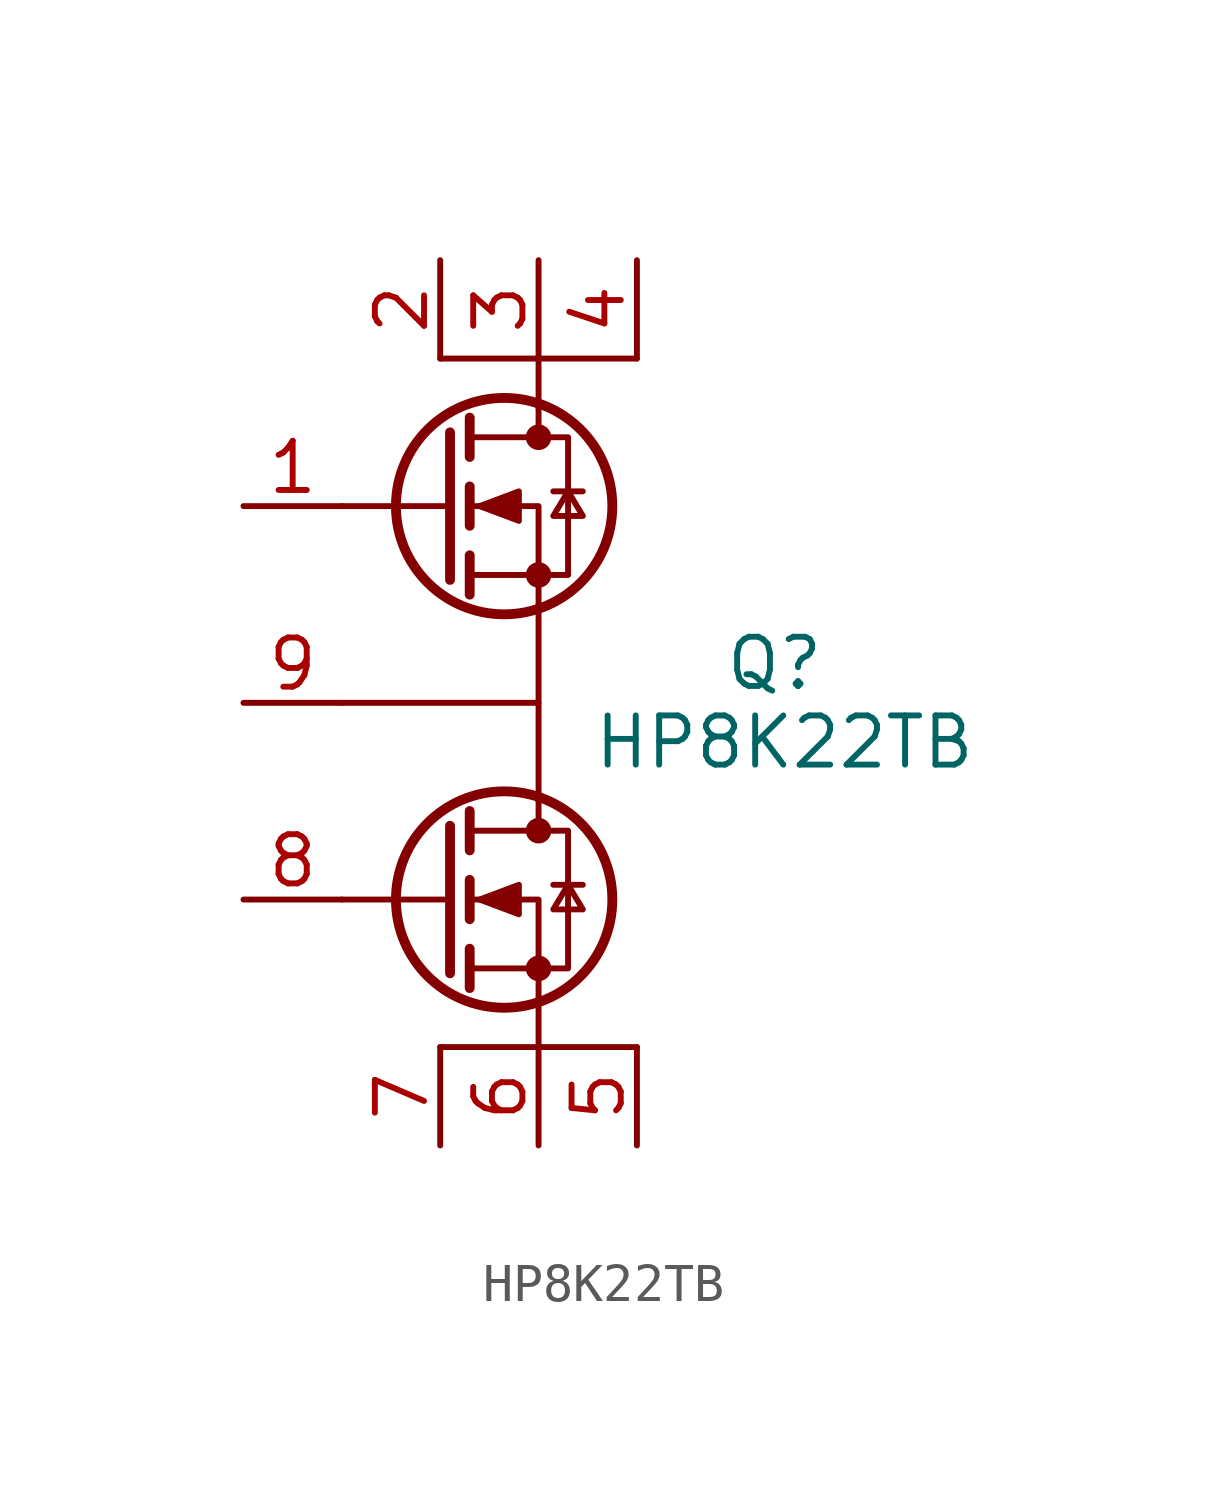
<source format=kicad_sym>
(kicad_symbol_lib
  (version 20241209)
  (generator "kicad_symbol_editor")
  (generator_version "9.0")
  (symbol "HP8K22TB"
    (property "Reference" "Q"
      (at 6.096 1.016 0)
      (effects (font (size 1.27 1.27))))
    (property "Value" "HP8K22TB"
      (at 6.35 -1.016 0)
      (effects (font (size 1.27 1.27))))
    (symbol "HP8K22TB_0_1"
      (polyline (pts (xy -5.08 0) (xy 0 0)) (stroke (width 0) (type default)) (fill (type none)))
      (polyline (pts (xy -2.54 8.89) (xy 2.54 8.89)) (stroke (width 0) (type default)) (fill (type none)))
      (polyline (pts (xy -2.286 6.985) (xy -2.286 3.175)) (stroke (width 0.254) (type default)) (fill (type none)))
      (polyline (pts (xy -2.286 5.08) (xy -5.08 5.08)) (stroke (width 0) (type default)) (fill (type none)))
      (polyline (pts (xy -2.286 -3.175) (xy -2.286 -6.985)) (stroke (width 0.254) (type default)) (fill (type none)))
      (polyline (pts (xy -2.286 -5.08) (xy -5.08 -5.08)) (stroke (width 0) (type default)) (fill (type none)))
      (polyline (pts (xy -1.778 7.366) (xy -1.778 6.35)) (stroke (width 0.254) (type default)) (fill (type none)))
      (polyline (pts (xy -1.778 5.588) (xy -1.778 4.572)) (stroke (width 0.254) (type default)) (fill (type none)))
      (polyline (pts (xy -1.778 3.81) (xy -1.778 2.794)) (stroke (width 0.254) (type default)) (fill (type none)))
      (polyline (pts (xy -1.778 3.302) (xy 0.762 3.302) (xy 0.762 6.858) (xy -1.778 6.858)) (stroke (width 0) (type default)) (fill (type none)))
      (polyline (pts (xy -1.778 -2.794) (xy -1.778 -3.81)) (stroke (width 0.254) (type default)) (fill (type none)))
      (polyline (pts (xy -1.778 -4.572) (xy -1.778 -5.588)) (stroke (width 0.254) (type default)) (fill (type none)))
      (polyline (pts (xy -1.778 -6.35) (xy -1.778 -7.366)) (stroke (width 0.254) (type default)) (fill (type none)))
      (polyline (pts (xy -1.778 -6.858) (xy 0.762 -6.858) (xy 0.762 -3.302) (xy -1.778 -3.302)) (stroke (width 0) (type default)) (fill (type none)))
      (polyline (pts (xy -1.524 5.08) (xy -0.508 5.461) (xy -0.508 4.699) (xy -1.524 5.08)) (stroke (width 0) (type default)) (fill (type outline)))
      (polyline (pts (xy -1.524 -5.08) (xy -0.508 -4.699) (xy -0.508 -5.461) (xy -1.524 -5.08)) (stroke (width 0) (type default)) (fill (type outline)))
      (circle (center -0.889 5.08) (radius 2.794) (stroke (width 0.254) (type default)) (fill (type none)))
      (circle (center -0.889 -5.08) (radius 2.794) (stroke (width 0.254) (type default)) (fill (type none)))
      (polyline (pts (xy 0 8.89) (xy 0 7.62)) (stroke (width 0) (type default)) (fill (type none)))
      (polyline (pts (xy 0 7.62) (xy 0 6.858)) (stroke (width 0) (type default)) (fill (type none)))
      (circle (center 0 6.858) (radius 0.254) (stroke (width 0) (type default)) (fill (type outline)))
      (circle (center 0 3.302) (radius 0.254) (stroke (width 0) (type default)) (fill (type outline)))
      (polyline (pts (xy 0 2.54) (xy 0 -2.54)) (stroke (width 0) (type default)) (fill (type none)))
      (polyline (pts (xy 0 2.54) (xy 0 5.08) (xy -1.778 5.08)) (stroke (width 0) (type default)) (fill (type none)))
      (polyline (pts (xy 0 -2.54) (xy 0 -3.302)) (stroke (width 0) (type default)) (fill (type none)))
      (circle (center 0 -3.302) (radius 0.254) (stroke (width 0) (type default)) (fill (type outline)))
      (circle (center 0 -6.858) (radius 0.254) (stroke (width 0) (type default)) (fill (type outline)))
      (polyline (pts (xy 0 -7.62) (xy 0 -5.08) (xy -1.778 -5.08)) (stroke (width 0) (type default)) (fill (type none)))
      (polyline (pts (xy 0 -8.89) (xy 0 -7.62)) (stroke (width 0) (type default)) (fill (type none)))
      (polyline (pts (xy 0.381 5.461) (xy 1.143 5.461)) (stroke (width 0) (type default)) (fill (type none)))
      (polyline (pts (xy 0.381 -4.699) (xy 1.143 -4.699)) (stroke (width 0) (type default)) (fill (type none)))
      (polyline (pts (xy 0.762 5.461) (xy 0.381 4.826) (xy 1.143 4.826) (xy 0.762 5.461)) (stroke (width 0) (type default)) (fill (type none)))
      (polyline (pts (xy 0.762 -4.699) (xy 0.381 -5.334) (xy 1.143 -5.334) (xy 0.762 -4.699)) (stroke (width 0) (type default)) (fill (type none)))
      (polyline (pts (xy 2.54 -8.89) (xy -2.54 -8.89)) (stroke (width 0) (type default)) (fill (type none))))
    (symbol "HP8K22TB_1_1"
      (pin input line (at -7.62 5.08 0) (length 2.54) (name "G1" (effects (font (size 0 0)))) (number "1" (effects (font (size 1.27 1.27)))))
      (pin passive line (at -7.62 0 0) (length 2.54) (name "S1/D2" (effects (font (size 0 0)))) (number "9" (effects (font (size 1.27 1.27)))))
      (pin input line (at -7.62 -5.08 0) (length 2.54) (name "G2" (effects (font (size 0 0)))) (number "8" (effects (font (size 1.27 1.27)))))
      (pin passive line (at -2.54 11.43 270) (length 2.54) (name "D1" (effects (font (size 0 0)))) (number "2" (effects (font (size 1.27 1.27)))))
      (pin passive line (at -2.54 -11.43 90) (length 2.54) (name "S2" (effects (font (size 0 0)))) (number "7" (effects (font (size 1.27 1.27)))))
      (pin passive line (at 0 11.43 270) (length 2.54) (name "D1" (effects (font (size 0 0)))) (number "3" (effects (font (size 1.27 1.27)))))
      (pin passive line (at 0 -11.43 90) (length 2.54) (name "S2" (effects (font (size 0 0)))) (number "6" (effects (font (size 1.27 1.27)))))
      (pin passive line (at 2.54 11.43 270) (length 2.54) (name "D1" (effects (font (size 0 0)))) (number "4" (effects (font (size 1.27 1.27)))))
      (pin passive line (at 2.54 -11.43 90) (length 2.54) (name "S2" (effects (font (size 0 0)))) (number "5" (effects (font (size 1.27 1.27))))))))
</source>
